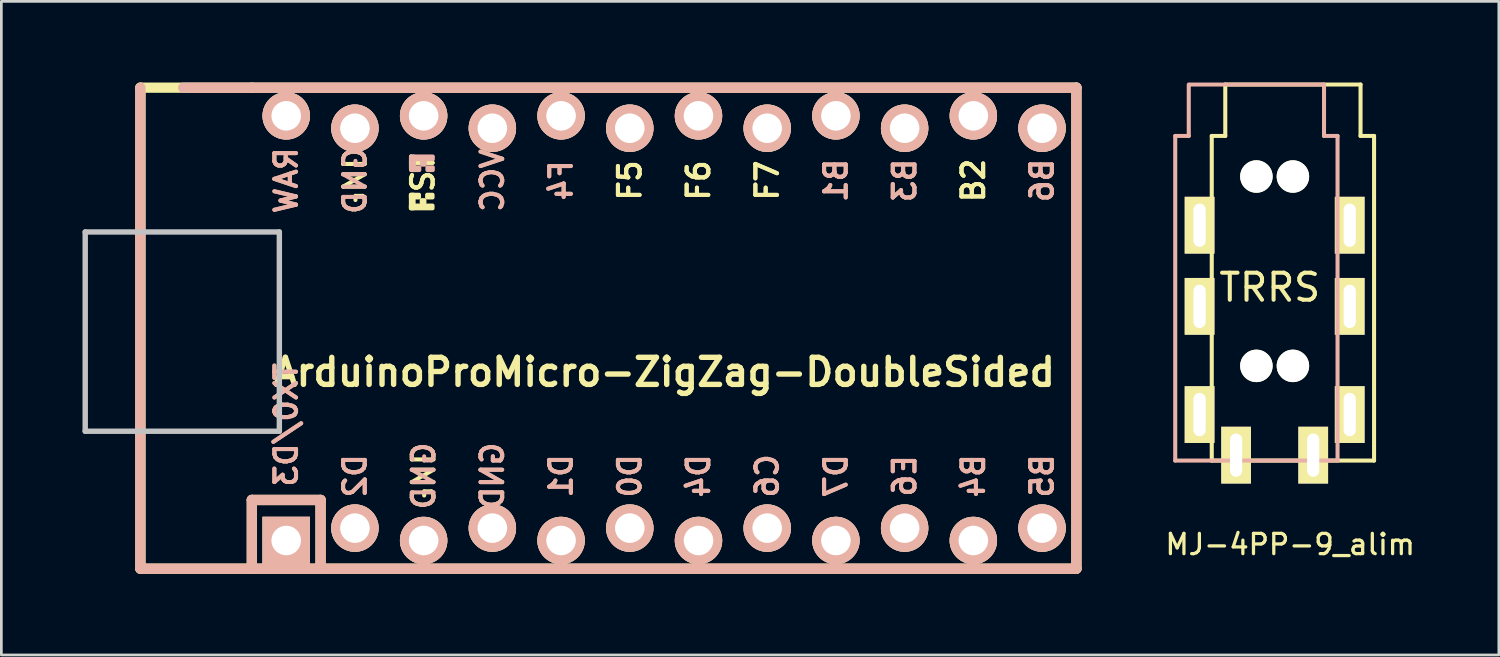
<source format=kicad_pcb>
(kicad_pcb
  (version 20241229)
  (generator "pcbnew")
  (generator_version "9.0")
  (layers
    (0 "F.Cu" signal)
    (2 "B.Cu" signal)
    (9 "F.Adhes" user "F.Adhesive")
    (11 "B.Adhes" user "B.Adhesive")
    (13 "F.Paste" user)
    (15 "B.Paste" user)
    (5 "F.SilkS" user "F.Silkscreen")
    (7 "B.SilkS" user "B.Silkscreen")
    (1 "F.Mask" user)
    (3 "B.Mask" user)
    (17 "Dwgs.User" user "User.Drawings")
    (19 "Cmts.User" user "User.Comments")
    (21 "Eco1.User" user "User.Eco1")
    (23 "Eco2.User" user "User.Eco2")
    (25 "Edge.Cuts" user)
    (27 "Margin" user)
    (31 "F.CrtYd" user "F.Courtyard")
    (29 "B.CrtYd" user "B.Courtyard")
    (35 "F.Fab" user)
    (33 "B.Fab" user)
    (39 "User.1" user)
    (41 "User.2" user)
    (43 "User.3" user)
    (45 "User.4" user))
  (footprint "MJ-4PP-9_alim"
    (layer "F.Cu")
    (at 44.743 1.975)
    (property "Reference" "MJ-4PP-9_alim" (at -0.1 15.1 0) (layer "F.SilkS") (effects (font (size 0.75 0.75) (thickness 0.12))))
    (attr through_hole)
    (fp_line (start -3 0) (end -2.5 0) (stroke (width 0.15) (type solid)) (layer "F.SilkS"))
    (fp_line (start -3 12) (end -3 0) (stroke (width 0.15) (type solid)) (layer "F.SilkS"))
    (fp_line (start -2.5 -1.9) (end 2.5 -1.9) (stroke (width 0.15) (type solid)) (layer "F.SilkS"))
    (fp_line (start -2.5 0) (end -2.5 -1.9) (stroke (width 0.15) (type solid)) (layer "F.SilkS"))
    (fp_line (start 2.5 0) (end 2.5 -1.9) (stroke (width 0.15) (type solid)) (layer "F.SilkS"))
    (fp_line (start 3 0) (end 2.5 0) (stroke (width 0.15) (type solid)) (layer "F.SilkS"))
    (fp_line (start 3 0) (end 3 12) (stroke (width 0.15) (type solid)) (layer "F.SilkS"))
    (fp_line (start 3 12) (end -3 12) (stroke (width 0.15) (type solid)) (layer "F.SilkS"))
    (fp_line (start -4.35 0) (end -3.85 0) (stroke (width 0.15) (type solid)) (layer "B.SilkS"))
    (fp_line (start -4.35 12) (end -4.35 0) (stroke (width 0.15) (type solid)) (layer "B.SilkS"))
    (fp_line (start -3.85 0) (end -3.85 -1.9) (stroke (width 0.15) (type solid)) (layer "B.SilkS"))
    (fp_line (start -3.8 -1.9) (end 1.15 -1.9) (stroke (width 0.15) (type solid)) (layer "B.SilkS"))
    (fp_line (start 1.15 0) (end 1.15 -1.9) (stroke (width 0.15) (type solid)) (layer "B.SilkS"))
    (fp_line (start 1.65 0) (end 1.15 0) (stroke (width 0.15) (type solid)) (layer "B.SilkS"))
    (fp_line (start 1.65 0) (end 1.65 12) (stroke (width 0.15) (type solid)) (layer "B.SilkS"))
    (fp_line (start 1.65 12) (end -4.35 12) (stroke (width 0.15) (type solid)) (layer "B.SilkS"))
    (fp_text user "TRRS" (at -0.857 5.6 0) (layer "F.SilkS") (effects (font (size 1 1) (thickness 0.15))))
    (pad "" np_thru_hole circle (at -1.35 1.5) (size 1.2 1.2) (drill 1.2) (layers "*.Cu" "*.Mask" "F.SilkS"))
    (pad "" np_thru_hole circle (at -1.35 8.5) (size 1.2 1.2) (drill 1.2) (layers "*.Cu" "*.Mask" "F.SilkS"))
    (pad "" np_thru_hole circle (at 0 1.5) (size 1.2 1.2) (drill 1.2) (layers "*.Cu" "*.Mask" "F.SilkS"))
    (pad "" np_thru_hole circle (at 0 8.5) (size 1.2 1.2) (drill 1.2) (layers "*.Cu" "*.Mask" "F.SilkS"))
    (pad "R1" thru_hole rect (at -3.45 6.3) (size 1.1 2.1) (drill oval 0.45 1.6) (layers "*.Cu" "*.Mask" "F.SilkS"))
    (pad "R1" thru_hole rect (at 2.1 6.3) (size 1.1 2.1) (drill oval 0.45 1.6) (layers "*.Cu" "*.Mask" "F.SilkS"))
    (pad "R2" thru_hole rect (at -3.45 3.3) (size 1.1 2.1) (drill oval 0.45 1.6) (layers "*.Cu" "*.Mask" "F.SilkS"))
    (pad "R2" thru_hole rect (at 2.1 3.3) (size 1.1 2.1) (drill oval 0.45 1.6) (layers "*.Cu" "*.Mask" "F.SilkS"))
    (pad "S" thru_hole rect (at -2.1 11.8) (size 1.1 2.1) (drill oval 0.45 1.6) (layers "*.Cu" "*.Mask" "F.SilkS"))
    (pad "S" thru_hole rect (at 0.75 11.8) (size 1.1 2.1) (drill oval 0.45 1.6) (layers "*.Cu" "*.Mask" "F.SilkS"))
    (pad "T" thru_hole rect (at -3.45 10.3) (size 1.1 2.1) (drill oval 0.45 1.6) (layers "*.Cu" "*.Mask" "F.SilkS"))
    (pad "T" thru_hole rect (at 2.1 10.3) (size 1.1 2.1) (drill oval 0.45 1.6) (layers "*.Cu" "*.Mask" "F.SilkS")))
  (footprint "ArduinoProMicro-ZigZag-DoubleSided"
    (layer "F.Cu")
    (at 21.5 9.081)
    (property "Reference" "ArduinoProMicro-ZigZag-DoubleSided" (at 0 1.625 180) (layer "F.SilkS") (effects (font (size 1 1) (thickness 0.2))))
    (attr through_hole)
    (fp_line (start -19.36 -8.89) (end -19.36 8.89) (stroke (width 0.381) (type solid)) (layer "F.SilkS"))
    (fp_line (start -19.36 8.89) (end -15.24 8.89) (stroke (width 0.381) (type solid)) (layer "F.SilkS"))
    (fp_line (start -15.24 -8.89) (end -19.36 -8.89) (stroke (width 0.381) (type solid)) (layer "F.SilkS"))
    (fp_line (start -15.24 6.35) (end -15.24 8.89) (stroke (width 0.381) (type solid)) (layer "F.SilkS"))
    (fp_line (start -15.24 6.35) (end -12.7 6.35) (stroke (width 0.381) (type solid)) (layer "F.SilkS"))
    (fp_line (start -15.24 8.89) (end 15.24 8.89) (stroke (width 0.381) (type solid)) (layer "F.SilkS"))
    (fp_line (start -12.7 6.35) (end -12.7 8.89) (stroke (width 0.381) (type solid)) (layer "F.SilkS"))
    (fp_line (start 15.24 -8.89) (end -15.24 -8.89) (stroke (width 0.381) (type solid)) (layer "F.SilkS"))
    (fp_line (start 15.24 8.89) (end 15.24 -8.89) (stroke (width 0.381) (type solid)) (layer "F.SilkS"))
    (fp_poly (pts (xy -9.361 -4.932) (xy -9.261 -4.932) (xy -9.261 -4.432) (xy -9.361 -4.432)) (stroke (width 0.15) (type solid)) (fill yes) (layer "F.SilkS"))
    (fp_poly (pts (xy -9.361 -4.932) (xy -9.061 -4.932) (xy -9.061 -4.832) (xy -9.361 -4.832)) (stroke (width 0.15) (type solid)) (fill yes) (layer "F.SilkS"))
    (fp_poly (pts (xy -9.361 -4.532) (xy -8.561 -4.532) (xy -8.561 -4.432) (xy -9.361 -4.432)) (stroke (width 0.15) (type solid)) (fill yes) (layer "F.SilkS"))
    (fp_poly (pts (xy -8.961 -4.732) (xy -8.861 -4.732) (xy -8.861 -4.632) (xy -8.961 -4.632)) (stroke (width 0.15) (type solid)) (fill yes) (layer "F.SilkS"))
    (fp_poly (pts (xy -8.761 -4.932) (xy -8.561 -4.932) (xy -8.561 -4.832) (xy -8.761 -4.832)) (stroke (width 0.15) (type solid)) (fill yes) (layer "F.SilkS"))
    (fp_line (start -19.36 -8.89) (end -19.36 8.89) (stroke (width 0.381) (type solid)) (layer "B.SilkS"))
    (fp_line (start -19.36 8.89) (end 15.24 8.89) (stroke (width 0.381) (type solid)) (layer "B.SilkS"))
    (fp_line (start -15.24 6.35) (end -15.24 8.89) (stroke (width 0.381) (type solid)) (layer "B.SilkS"))
    (fp_line (start -15.24 6.35) (end -12.7 6.35) (stroke (width 0.381) (type solid)) (layer "B.SilkS"))
    (fp_line (start -12.7 6.35) (end -12.7 8.89) (stroke (width 0.381) (type solid)) (layer "B.SilkS"))
    (fp_line (start 15.24 -8.89) (end -17.78 -8.89) (stroke (width 0.381) (type solid)) (layer "B.SilkS"))
    (fp_line (start 15.24 8.89) (end 15.24 -8.89) (stroke (width 0.381) (type solid)) (layer "B.SilkS"))
    (fp_poly (pts (xy -9.351 -6.245) (xy -8.551 -6.245) (xy -8.551 -6.345) (xy -9.351 -6.345)) (stroke (width 0.15) (type solid)) (fill yes) (layer "B.SilkS"))
    (fp_poly (pts (xy -9.351 -5.845) (xy -9.251 -5.845) (xy -9.251 -6.345) (xy -9.351 -6.345)) (stroke (width 0.15) (type solid)) (fill yes) (layer "B.SilkS"))
    (fp_poly (pts (xy -9.351 -5.845) (xy -9.051 -5.845) (xy -9.051 -5.945) (xy -9.351 -5.945)) (stroke (width 0.15) (type solid)) (fill yes) (layer "B.SilkS"))
    (fp_poly (pts (xy -8.951 -6.045) (xy -8.851 -6.045) (xy -8.851 -6.145) (xy -8.951 -6.145)) (stroke (width 0.15) (type solid)) (fill yes) (layer "B.SilkS"))
    (fp_poly (pts (xy -8.751 -5.845) (xy -8.551 -5.845) (xy -8.551 -5.945) (xy -8.751 -5.945)) (stroke (width 0.15) (type solid)) (fill yes) (layer "B.SilkS"))
    (fp_line (start -21.4 -3.556) (end -14.224 -3.556) (stroke (width 0.2) (type solid)) (layer "Dwgs.User"))
    (fp_line (start -21.4 3.81) (end -21.4 -3.556) (stroke (width 0.2) (type solid)) (layer "Dwgs.User"))
    (fp_line (start -14.224 -3.556) (end -14.224 3.81) (stroke (width 0.2) (type solid)) (layer "Dwgs.User"))
    (fp_line (start -14.224 3.81) (end -21.4 3.81) (stroke (width 0.2) (type solid)) (layer "Dwgs.User"))
    (fp_text user "ST" (at -8.92 -5.733 90) (layer "F.SilkS") (effects (font (size 0.8 0.8) (thickness 0.15))))
    (fp_text user "B2" (at 11.43 -5.461 90) (layer "F.SilkS") (effects (font (size 0.8 0.8) (thickness 0.15))))
    (fp_text user "F5" (at -1.27 -5.461 90) (layer "F.SilkS") (effects (font (size 0.8 0.8) (thickness 0.15))))
    (fp_text user "B2" (at 11.43 -5.461 90) (layer "F.SilkS") (effects (font (size 0.8 0.8) (thickness 0.15))))
    (fp_text user "F7" (at 3.81 -5.461 90) (layer "F.SilkS") (effects (font (size 0.8 0.8) (thickness 0.15))))
    (fp_text user "GND" (at -8.89 5.461 90) (layer "F.SilkS") (effects (font (size 0.8 0.8) (thickness 0.15))))
    (fp_text user "ST" (at -8.92 -5.733 90) (layer "F.SilkS") (effects (font (size 0.8 0.8) (thickness 0.15))))
    (fp_text user "GND" (at -11.43 -5.461 90) (layer "F.SilkS") (effects (font (size 0.8 0.8) (thickness 0.15))))
    (fp_text user "F6" (at 1.27 -5.461 90) (layer "F.SilkS") (effects (font (size 0.8 0.8) (thickness 0.15))))
    (fp_text user "F6" (at 1.27 -5.461 90) (layer "F.SilkS") (effects (font (size 0.8 0.8) (thickness 0.15))))
    (fp_text user "F7" (at 3.81 -5.461 90) (layer "F.SilkS") (effects (font (size 0.8 0.8) (thickness 0.15))))
    (fp_text user "F5" (at -1.27 -5.461 90) (layer "F.SilkS") (effects (font (size 0.8 0.8) (thickness 0.15))))
    (fp_text user "TX0/D3" (at -13.97 3.572 90) (layer "B.SilkS") (effects (font (size 0.8 0.8) (thickness 0.15)) (justify mirror)))
    (fp_text user "RAW" (at -13.97 -5.461 90) (layer "B.SilkS") (effects (font (size 0.8 0.8) (thickness 0.15)) (justify mirror)))
    (fp_text user "RAW" (at -13.97 -5.461 90) (layer "B.SilkS") (effects (font (size 0.8 0.8) (thickness 0.15)) (justify mirror)))
    (fp_text user "D7" (at 6.35 5.461 90) (layer "B.SilkS") (effects (font (size 0.8 0.8) (thickness 0.15)) (justify mirror)))
    (fp_text user "E6" (at 8.89 5.461 90) (layer "B.SilkS") (effects (font (size 0.8 0.8) (thickness 0.15)) (justify mirror)))
    (fp_text user "GND" (at -6.35 5.461 90) (layer "B.SilkS") (effects (font (size 0.8 0.8) (thickness 0.15)) (justify mirror)))
    (fp_text user "B1" (at 6.35 -5.461 90) (layer "B.SilkS") (effects (font (size 0.8 0.8) (thickness 0.15)) (justify mirror)))
    (fp_text user "B6" (at 13.97 -5.461 90) (layer "B.SilkS") (effects (font (size 0.8 0.8) (thickness 0.15)) (justify mirror)))
    (fp_text user "C6" (at 3.81 5.461 90) (layer "B.SilkS") (effects (font (size 0.8 0.8) (thickness 0.15)) (justify mirror)))
    (fp_text user "B3" (at 8.89 -5.461 90) (layer "B.SilkS") (effects (font (size 0.8 0.8) (thickness 0.15)) (justify mirror)))
    (fp_text user "GND" (at -8.89 5.461 90) (layer "B.SilkS") (effects (font (size 0.8 0.8) (thickness 0.15)) (justify mirror)))
    (fp_text user "D0" (at -1.27 5.461 90) (layer "B.SilkS") (effects (font (size 0.8 0.8) (thickness 0.15)) (justify mirror)))
    (fp_text user "B4" (at 11.43 5.461 90) (layer "B.SilkS") (effects (font (size 0.8 0.8) (thickness 0.15)) (justify mirror)))
    (fp_text user "F4" (at -3.81 -5.461 90) (layer "B.SilkS") (effects (font (size 0.8 0.8) (thickness 0.15)) (justify mirror)))
    (fp_text user "B5" (at 13.97 5.461 90) (layer "B.SilkS") (effects (font (size 0.8 0.8) (thickness 0.15)) (justify mirror)))
    (fp_text user "F4" (at -3.81 -5.461 90) (layer "B.SilkS") (effects (font (size 0.8 0.8) (thickness 0.15)) (justify mirror)))
    (fp_text user "TX0/D3" (at -13.97 3.572 90) (layer "B.SilkS") (effects (font (size 0.8 0.8) (thickness 0.15)) (justify mirror)))
    (fp_text user "D1" (at -3.81 5.461 90) (layer "B.SilkS") (effects (font (size 0.8 0.8) (thickness 0.15)) (justify mirror)))
    (fp_text user "GND" (at -6.35 5.461 90) (layer "B.SilkS") (effects (font (size 0.8 0.8) (thickness 0.15)) (justify mirror)))
    (fp_text user "D7" (at 6.35 5.461 90) (layer "B.SilkS") (effects (font (size 0.8 0.8) (thickness 0.15)) (justify mirror)))
    (fp_text user "D2" (at -11.43 5.461 90) (layer "B.SilkS") (effects (font (size 0.8 0.8) (thickness 0.15)) (justify mirror)))
    (fp_text user "B3" (at 8.89 -5.461 90) (layer "B.SilkS") (effects (font (size 0.8 0.8) (thickness 0.15)) (justify mirror)))
    (fp_text user "B5" (at 13.97 5.461 90) (layer "B.SilkS") (effects (font (size 0.8 0.8) (thickness 0.15)) (justify mirror)))
    (fp_text user "VCC" (at -6.35 -5.461 90) (layer "B.SilkS") (effects (font (size 0.8 0.8) (thickness 0.15)) (justify mirror)))
    (fp_text user "E6" (at 8.89 5.461 90) (layer "B.SilkS") (effects (font (size 0.8 0.8) (thickness 0.15)) (justify mirror)))
    (fp_text user "B6" (at 13.97 -5.461 90) (layer "B.SilkS") (effects (font (size 0.8 0.8) (thickness 0.15)) (justify mirror)))
    (fp_text user "D0" (at -1.27 5.461 90) (layer "B.SilkS") (effects (font (size 0.8 0.8) (thickness 0.15)) (justify mirror)))
    (fp_text user "D4" (at 1.27 5.461 90) (layer "B.SilkS") (effects (font (size 0.8 0.8) (thickness 0.15)) (justify mirror)))
    (fp_text user "GND" (at -11.43 -5.461 90) (layer "B.SilkS") (effects (font (size 0.8 0.8) (thickness 0.15)) (justify mirror)))
    (fp_text user "B1" (at 6.35 -5.461 90) (layer "B.SilkS") (effects (font (size 0.8 0.8) (thickness 0.15)) (justify mirror)))
    (fp_text user "C6" (at 3.81 5.461 90) (layer "B.SilkS") (effects (font (size 0.8 0.8) (thickness 0.15)) (justify mirror)))
    (fp_text user "VCC" (at -6.35 -5.461 90) (layer "B.SilkS") (effects (font (size 0.8 0.8) (thickness 0.15)) (justify mirror)))
    (fp_text user "D4" (at 1.27 5.461 90) (layer "B.SilkS") (effects (font (size 0.8 0.8) (thickness 0.15)) (justify mirror)))
    (fp_text user "D2" (at -11.43 5.461 90) (layer "B.SilkS") (effects (font (size 0.8 0.8) (thickness 0.15)) (justify mirror)))
    (fp_text user "B4" (at 11.43 5.461 90) (layer "B.SilkS") (effects (font (size 0.8 0.8) (thickness 0.15)) (justify mirror)))
    (fp_text user "D1" (at -3.81 5.461 90) (layer "B.SilkS") (effects (font (size 0.8 0.8) (thickness 0.15)) (justify mirror)))
    (pad "1" thru_hole rect (at -13.97 7.849) (size 1.753 1.753) (drill 1.092) (layers "*.Cu" "*.SilkS" "*.Mask"))
    (pad "2" thru_hole circle (at -11.43 7.391) (size 1.753 1.753) (drill 1.092) (layers "*.Cu" "*.SilkS" "*.Mask"))
    (pad "3" thru_hole circle (at -8.89 7.849) (size 1.753 1.753) (drill 1.092) (layers "*.Cu" "*.SilkS" "*.Mask"))
    (pad "4" thru_hole circle (at -6.35 7.391) (size 1.753 1.753) (drill 1.092) (layers "*.Cu" "*.SilkS" "*.Mask"))
    (pad "5" thru_hole circle (at -3.81 7.849) (size 1.753 1.753) (drill 1.092) (layers "*.Cu" "*.SilkS" "*.Mask"))
    (pad "6" thru_hole circle (at -1.27 7.391) (size 1.753 1.753) (drill 1.092) (layers "*.Cu" "*.SilkS" "*.Mask"))
    (pad "7" thru_hole circle (at 1.27 7.849) (size 1.753 1.753) (drill 1.092) (layers "*.Cu" "*.SilkS" "*.Mask"))
    (pad "8" thru_hole circle (at 3.81 7.391) (size 1.753 1.753) (drill 1.092) (layers "*.Cu" "*.SilkS" "*.Mask"))
    (pad "9" thru_hole circle (at 6.35 7.849) (size 1.753 1.753) (drill 1.092) (layers "*.Cu" "*.SilkS" "*.Mask"))
    (pad "10" thru_hole circle (at 8.89 7.391) (size 1.753 1.753) (drill 1.092) (layers "*.Cu" "*.SilkS" "*.Mask"))
    (pad "11" thru_hole circle (at 11.43 7.849) (size 1.753 1.753) (drill 1.092) (layers "*.Cu" "*.SilkS" "*.Mask"))
    (pad "12" thru_hole circle (at 13.97 7.391) (size 1.753 1.753) (drill 1.092) (layers "*.Cu" "*.SilkS" "*.Mask"))
    (pad "13" thru_hole circle (at 13.97 -7.391) (size 1.753 1.753) (drill 1.092) (layers "*.Cu" "*.SilkS" "*.Mask"))
    (pad "14" thru_hole circle (at 11.43 -7.849) (size 1.753 1.753) (drill 1.092) (layers "*.Cu" "*.SilkS" "*.Mask"))
    (pad "15" thru_hole circle (at 8.89 -7.391) (size 1.753 1.753) (drill 1.092) (layers "*.Cu" "*.SilkS" "*.Mask"))
    (pad "16" thru_hole circle (at 6.35 -7.849) (size 1.753 1.753) (drill 1.092) (layers "*.Cu" "*.SilkS" "*.Mask"))
    (pad "17" thru_hole circle (at 3.81 -7.391) (size 1.753 1.753) (drill 1.092) (layers "*.Cu" "*.SilkS" "*.Mask"))
    (pad "18" thru_hole circle (at 1.27 -7.849) (size 1.753 1.753) (drill 1.092) (layers "*.Cu" "*.SilkS" "*.Mask"))
    (pad "19" thru_hole circle (at -1.27 -7.391) (size 1.753 1.753) (drill 1.092) (layers "*.Cu" "*.SilkS" "*.Mask"))
    (pad "20" thru_hole circle (at -3.81 -7.849) (size 1.753 1.753) (drill 1.092) (layers "*.Cu" "*.SilkS" "*.Mask"))
    (pad "21" thru_hole circle (at -6.35 -7.391) (size 1.753 1.753) (drill 1.092) (layers "*.Cu" "*.SilkS" "*.Mask"))
    (pad "22" thru_hole circle (at -8.89 -7.849) (size 1.753 1.753) (drill 1.092) (layers "*.Cu" "*.SilkS" "*.Mask"))
    (pad "23" thru_hole circle (at -11.43 -7.391) (size 1.753 1.753) (drill 1.092) (layers "*.Cu" "*.SilkS" "*.Mask"))
    (pad "24" thru_hole circle (at -13.97 -7.849) (size 1.753 1.753) (drill 1.092) (layers "*.Cu" "*.SilkS" "*.Mask")))
  (gr_rect
    (start -3 -3)
    (end 52.355 21.161)
    (stroke (width 0.1) (type default))
    (fill no)
    (layer "Edge.Cuts")))
</source>
